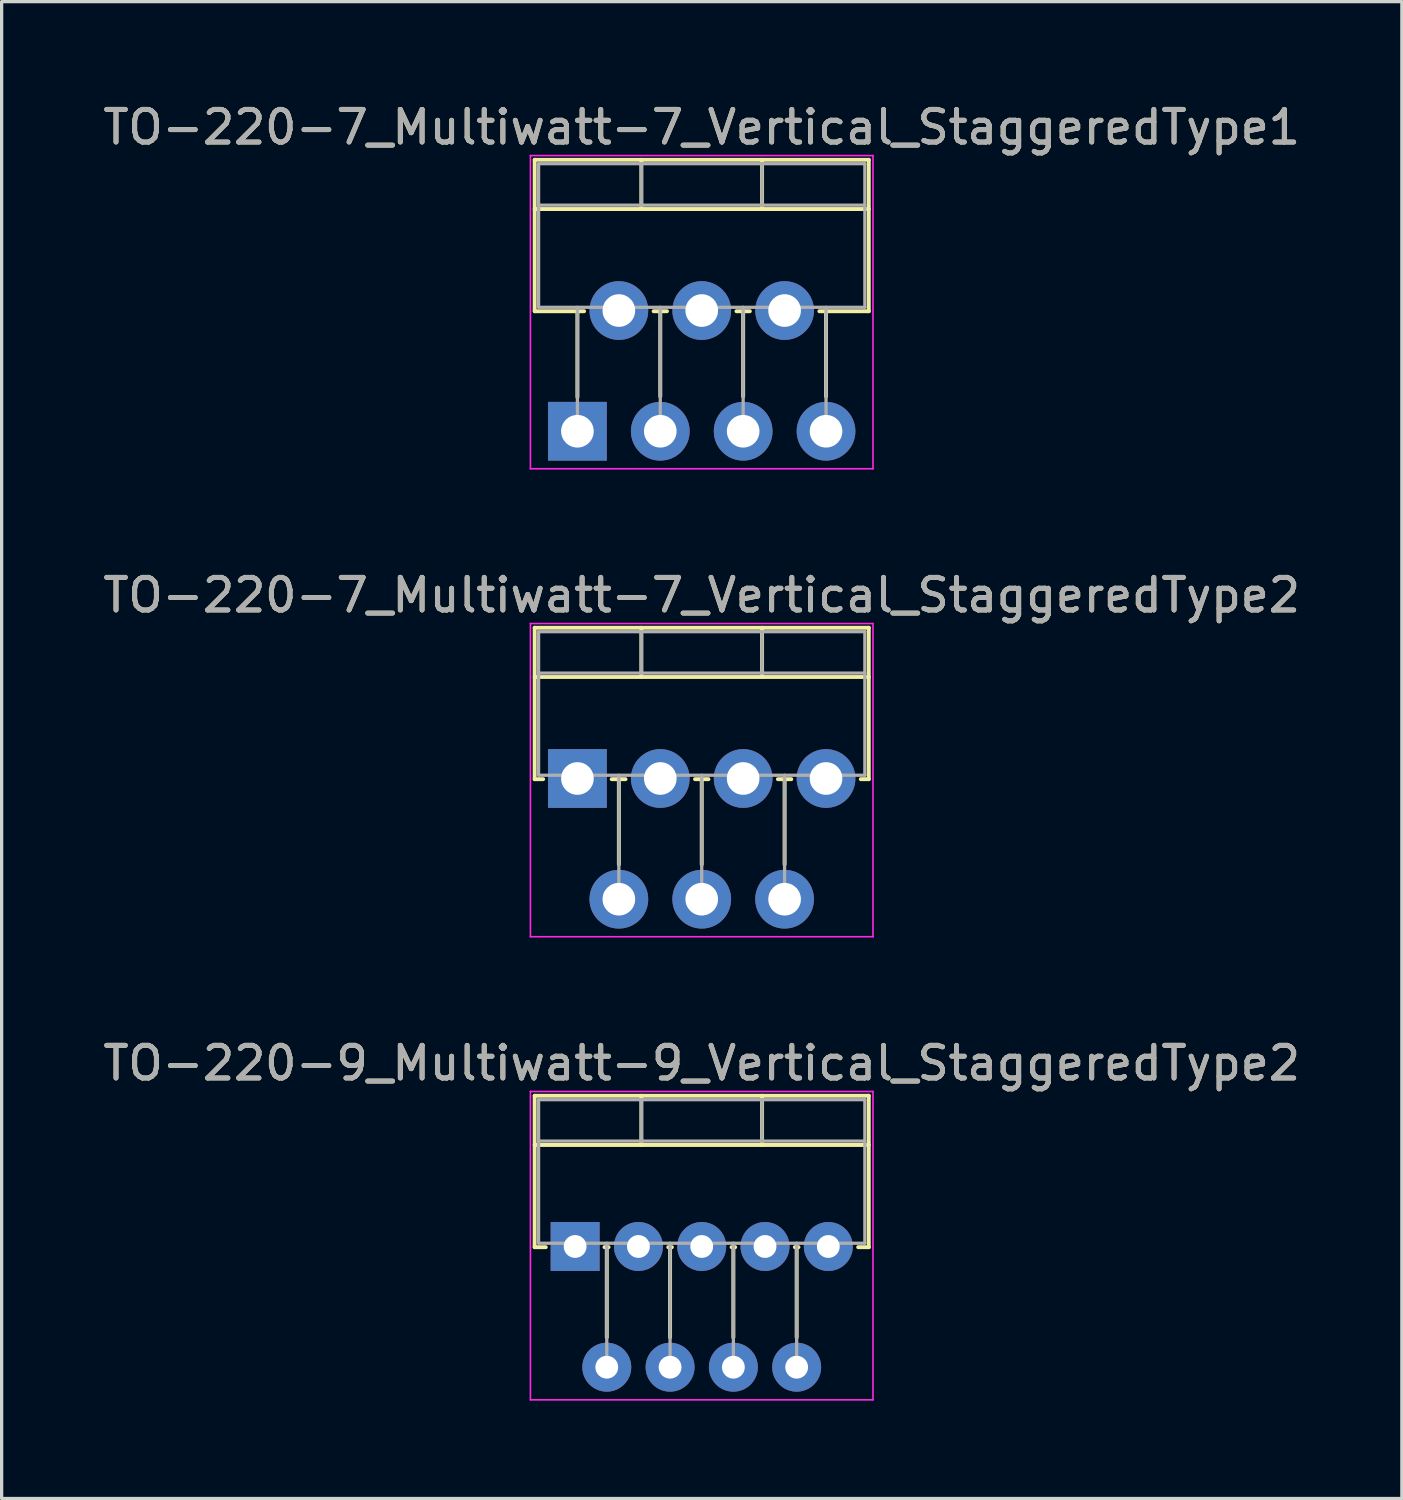
<source format=kicad_pcb>
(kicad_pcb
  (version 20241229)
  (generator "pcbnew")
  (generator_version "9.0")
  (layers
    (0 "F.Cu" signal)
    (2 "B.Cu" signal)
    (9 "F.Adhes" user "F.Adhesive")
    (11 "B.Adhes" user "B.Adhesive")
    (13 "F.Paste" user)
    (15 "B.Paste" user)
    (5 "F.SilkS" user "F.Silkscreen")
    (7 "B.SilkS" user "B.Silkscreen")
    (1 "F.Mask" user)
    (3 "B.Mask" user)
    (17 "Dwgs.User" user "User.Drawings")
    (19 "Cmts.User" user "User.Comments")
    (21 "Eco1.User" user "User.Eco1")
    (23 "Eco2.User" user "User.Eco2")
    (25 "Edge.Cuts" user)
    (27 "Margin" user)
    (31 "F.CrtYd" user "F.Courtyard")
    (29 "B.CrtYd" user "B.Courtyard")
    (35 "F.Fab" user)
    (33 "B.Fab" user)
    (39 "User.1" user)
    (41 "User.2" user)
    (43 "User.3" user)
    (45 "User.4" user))
  (footprint "TO-220-7_Multiwatt-7_Vertical_StaggeredType1"
    (layer "F.Cu")
    (at 14.648 10.168)
    (property "Reference" "TO-220-7_Multiwatt-7_Vertical_StaggeredType1" (at 3.81 -9.32 0) (layer "F.SilkS") (effects (font (size 1 1) (thickness 0.15))))
    (attr through_hole)
    (fp_line (start -1.31 -8.32) (end -1.31 -3.679) (stroke (width 0.12) (type solid)) (layer "F.SilkS"))
    (fp_line (start -1.31 -8.32) (end 8.93 -8.32) (stroke (width 0.12) (type solid)) (layer "F.SilkS"))
    (fp_line (start -1.31 -6.811) (end 8.93 -6.811) (stroke (width 0.12) (type solid)) (layer "F.SilkS"))
    (fp_line (start -1.31 -3.679) (end 0.205 -3.679) (stroke (width 0.12) (type solid)) (layer "F.SilkS"))
    (fp_line (start 0 -3.679) (end 0 -1.049) (stroke (width 0.12) (type solid)) (layer "F.SilkS"))
    (fp_line (start 1.96 -8.32) (end 1.96 -6.811) (stroke (width 0.12) (type solid)) (layer "F.SilkS"))
    (fp_line (start 2.336 -3.679) (end 2.745 -3.679) (stroke (width 0.12) (type solid)) (layer "F.SilkS"))
    (fp_line (start 2.54 -3.679) (end 2.54 -1.065) (stroke (width 0.12) (type solid)) (layer "F.SilkS"))
    (fp_line (start 4.875 -3.679) (end 5.285 -3.679) (stroke (width 0.12) (type solid)) (layer "F.SilkS"))
    (fp_line (start 5.08 -3.679) (end 5.08 -1.065) (stroke (width 0.12) (type solid)) (layer "F.SilkS"))
    (fp_line (start 5.66 -8.32) (end 5.66 -6.811) (stroke (width 0.12) (type solid)) (layer "F.SilkS"))
    (fp_line (start 7.415 -3.679) (end 8.93 -3.679) (stroke (width 0.12) (type solid)) (layer "F.SilkS"))
    (fp_line (start 7.62 -3.679) (end 7.62 -1.065) (stroke (width 0.12) (type solid)) (layer "F.SilkS"))
    (fp_line (start 8.93 -8.32) (end 8.93 -3.679) (stroke (width 0.12) (type solid)) (layer "F.SilkS"))
    (fp_line (start -1.44 -8.45) (end -1.44 1.15) (stroke (width 0.05) (type solid)) (layer "F.CrtYd"))
    (fp_line (start -1.44 1.15) (end 9.06 1.15) (stroke (width 0.05) (type solid)) (layer "F.CrtYd"))
    (fp_line (start 9.06 -8.45) (end -1.44 -8.45) (stroke (width 0.05) (type solid)) (layer "F.CrtYd"))
    (fp_line (start 9.06 1.15) (end 9.06 -8.45) (stroke (width 0.05) (type solid)) (layer "F.CrtYd"))
    (fp_line (start -1.19 -8.2) (end -1.19 -3.8) (stroke (width 0.1) (type solid)) (layer "F.Fab"))
    (fp_line (start -1.19 -6.93) (end 8.81 -6.93) (stroke (width 0.1) (type solid)) (layer "F.Fab"))
    (fp_line (start -1.19 -3.8) (end 8.81 -3.8) (stroke (width 0.1) (type solid)) (layer "F.Fab"))
    (fp_line (start 0 -3.8) (end 0 0) (stroke (width 0.1) (type solid)) (layer "F.Fab"))
    (fp_line (start 1.27 -3.8) (end 1.27 -3.7) (stroke (width 0.1) (type solid)) (layer "F.Fab"))
    (fp_line (start 1.96 -8.2) (end 1.96 -6.93) (stroke (width 0.1) (type solid)) (layer "F.Fab"))
    (fp_line (start 2.54 -3.8) (end 2.54 0) (stroke (width 0.1) (type solid)) (layer "F.Fab"))
    (fp_line (start 3.81 -3.8) (end 3.81 -3.7) (stroke (width 0.1) (type solid)) (layer "F.Fab"))
    (fp_line (start 5.08 -3.8) (end 5.08 0) (stroke (width 0.1) (type solid)) (layer "F.Fab"))
    (fp_line (start 5.66 -8.2) (end 5.66 -6.93) (stroke (width 0.1) (type solid)) (layer "F.Fab"))
    (fp_line (start 6.35 -3.8) (end 6.35 -3.7) (stroke (width 0.1) (type solid)) (layer "F.Fab"))
    (fp_line (start 7.62 -3.8) (end 7.62 0) (stroke (width 0.1) (type solid)) (layer "F.Fab"))
    (fp_line (start 8.81 -8.2) (end -1.19 -8.2) (stroke (width 0.1) (type solid)) (layer "F.Fab"))
    (fp_line (start 8.81 -3.8) (end 8.81 -8.2) (stroke (width 0.1) (type solid)) (layer "F.Fab"))
    (fp_text user "${REFERENCE}" (at 3.81 -9.32 0) (layer "F.Fab") (effects (font (size 1 1) (thickness 0.15))))
    (pad "1" thru_hole rect (at 0 0) (size 1.8 1.8) (drill 1) (layers "*.Cu" "*.Mask"))
    (pad "2" thru_hole oval (at 1.27 -3.7) (size 1.8 1.8) (drill 1) (layers "*.Cu" "*.Mask"))
    (pad "3" thru_hole oval (at 2.54 0) (size 1.8 1.8) (drill 1) (layers "*.Cu" "*.Mask"))
    (pad "4" thru_hole oval (at 3.81 -3.7) (size 1.8 1.8) (drill 1) (layers "*.Cu" "*.Mask"))
    (pad "5" thru_hole oval (at 5.08 0) (size 1.8 1.8) (drill 1) (layers "*.Cu" "*.Mask"))
    (pad "6" thru_hole oval (at 6.35 -3.7) (size 1.8 1.8) (drill 1) (layers "*.Cu" "*.Mask"))
    (pad "7" thru_hole oval (at 7.62 0) (size 1.8 1.8) (drill 1) (layers "*.Cu" "*.Mask")))
  (footprint "TO-220-7_Multiwatt-7_Vertical_StaggeredType2"
    (layer "F.Cu")
    (at 14.648 20.811)
    (property "Reference" "TO-220-7_Multiwatt-7_Vertical_StaggeredType2" (at 3.81 -5.62 0) (layer "F.SilkS") (effects (font (size 1 1) (thickness 0.15))))
    (attr through_hole)
    (fp_line (start -1.31 -4.62) (end -1.31 0.021) (stroke (width 0.12) (type solid)) (layer "F.SilkS"))
    (fp_line (start -1.31 -4.62) (end 8.93 -4.62) (stroke (width 0.12) (type solid)) (layer "F.SilkS"))
    (fp_line (start -1.31 -3.111) (end 8.93 -3.111) (stroke (width 0.12) (type solid)) (layer "F.SilkS"))
    (fp_line (start -1.31 0.021) (end -1.05 0.021) (stroke (width 0.12) (type solid)) (layer "F.SilkS"))
    (fp_line (start 1.05 0.021) (end 1.475 0.021) (stroke (width 0.12) (type solid)) (layer "F.SilkS"))
    (fp_line (start 1.27 0.021) (end 1.27 2.635) (stroke (width 0.12) (type solid)) (layer "F.SilkS"))
    (fp_line (start 1.96 -4.62) (end 1.96 -3.111) (stroke (width 0.12) (type solid)) (layer "F.SilkS"))
    (fp_line (start 3.605 0.021) (end 4.016 0.021) (stroke (width 0.12) (type solid)) (layer "F.SilkS"))
    (fp_line (start 3.81 0.021) (end 3.81 2.635) (stroke (width 0.12) (type solid)) (layer "F.SilkS"))
    (fp_line (start 5.66 -4.62) (end 5.66 -3.111) (stroke (width 0.12) (type solid)) (layer "F.SilkS"))
    (fp_line (start 6.145 0.021) (end 6.555 0.021) (stroke (width 0.12) (type solid)) (layer "F.SilkS"))
    (fp_line (start 6.35 0.021) (end 6.35 2.635) (stroke (width 0.12) (type solid)) (layer "F.SilkS"))
    (fp_line (start 8.685 0.021) (end 8.93 0.021) (stroke (width 0.12) (type solid)) (layer "F.SilkS"))
    (fp_line (start 8.93 -4.62) (end 8.93 0.021) (stroke (width 0.12) (type solid)) (layer "F.SilkS"))
    (fp_line (start -1.44 -4.75) (end -1.44 4.85) (stroke (width 0.05) (type solid)) (layer "F.CrtYd"))
    (fp_line (start -1.44 4.85) (end 9.06 4.85) (stroke (width 0.05) (type solid)) (layer "F.CrtYd"))
    (fp_line (start 9.06 -4.75) (end -1.44 -4.75) (stroke (width 0.05) (type solid)) (layer "F.CrtYd"))
    (fp_line (start 9.06 4.85) (end 9.06 -4.75) (stroke (width 0.05) (type solid)) (layer "F.CrtYd"))
    (fp_line (start -1.19 -4.5) (end -1.19 -0.1) (stroke (width 0.1) (type solid)) (layer "F.Fab"))
    (fp_line (start -1.19 -3.23) (end 8.81 -3.23) (stroke (width 0.1) (type solid)) (layer "F.Fab"))
    (fp_line (start -1.19 -0.1) (end 8.81 -0.1) (stroke (width 0.1) (type solid)) (layer "F.Fab"))
    (fp_line (start 0 -0.1) (end 0 0) (stroke (width 0.1) (type solid)) (layer "F.Fab"))
    (fp_line (start 1.27 -0.1) (end 1.27 3.7) (stroke (width 0.1) (type solid)) (layer "F.Fab"))
    (fp_line (start 1.96 -4.5) (end 1.96 -3.23) (stroke (width 0.1) (type solid)) (layer "F.Fab"))
    (fp_line (start 2.54 -0.1) (end 2.54 0) (stroke (width 0.1) (type solid)) (layer "F.Fab"))
    (fp_line (start 3.81 -0.1) (end 3.81 3.7) (stroke (width 0.1) (type solid)) (layer "F.Fab"))
    (fp_line (start 5.08 -0.1) (end 5.08 0) (stroke (width 0.1) (type solid)) (layer "F.Fab"))
    (fp_line (start 5.66 -4.5) (end 5.66 -3.23) (stroke (width 0.1) (type solid)) (layer "F.Fab"))
    (fp_line (start 6.35 -0.1) (end 6.35 3.7) (stroke (width 0.1) (type solid)) (layer "F.Fab"))
    (fp_line (start 7.62 -0.1) (end 7.62 0) (stroke (width 0.1) (type solid)) (layer "F.Fab"))
    (fp_line (start 8.81 -4.5) (end -1.19 -4.5) (stroke (width 0.1) (type solid)) (layer "F.Fab"))
    (fp_line (start 8.81 -0.1) (end 8.81 -4.5) (stroke (width 0.1) (type solid)) (layer "F.Fab"))
    (fp_text user "${REFERENCE}" (at 3.81 -5.62 0) (layer "F.Fab") (effects (font (size 1 1) (thickness 0.15))))
    (pad "1" thru_hole rect (at 0 0) (size 1.8 1.8) (drill 1) (layers "*.Cu" "*.Mask"))
    (pad "2" thru_hole oval (at 1.27 3.7) (size 1.8 1.8) (drill 1) (layers "*.Cu" "*.Mask"))
    (pad "3" thru_hole oval (at 2.54 0) (size 1.8 1.8) (drill 1) (layers "*.Cu" "*.Mask"))
    (pad "4" thru_hole oval (at 3.81 3.7) (size 1.8 1.8) (drill 1) (layers "*.Cu" "*.Mask"))
    (pad "5" thru_hole oval (at 5.08 0) (size 1.8 1.8) (drill 1) (layers "*.Cu" "*.Mask"))
    (pad "6" thru_hole oval (at 6.35 3.7) (size 1.8 1.8) (drill 1) (layers "*.Cu" "*.Mask"))
    (pad "7" thru_hole oval (at 7.62 0) (size 1.8 1.8) (drill 1) (layers "*.Cu" "*.Mask")))
  (footprint "TO-220-9_Multiwatt-9_Vertical_StaggeredType2"
    (layer "F.Cu")
    (at 14.578 35.155)
    (property "Reference" "TO-220-9_Multiwatt-9_Vertical_StaggeredType2" (at 3.88 -5.62 0) (layer "F.SilkS") (effects (font (size 1 1) (thickness 0.15))))
    (attr through_hole)
    (fp_line (start -1.241 -4.62) (end -1.241 0.021) (stroke (width 0.12) (type solid)) (layer "F.SilkS"))
    (fp_line (start -1.241 -4.62) (end 9 -4.62) (stroke (width 0.12) (type solid)) (layer "F.SilkS"))
    (fp_line (start -1.241 -3.111) (end 9 -3.111) (stroke (width 0.12) (type solid)) (layer "F.SilkS"))
    (fp_line (start -1.241 0.021) (end -0.9 0.021) (stroke (width 0.12) (type solid)) (layer "F.SilkS"))
    (fp_line (start 0.9 0.021) (end 1.025 0.021) (stroke (width 0.12) (type solid)) (layer "F.SilkS"))
    (fp_line (start 0.97 0.021) (end 0.97 2.785) (stroke (width 0.12) (type solid)) (layer "F.SilkS"))
    (fp_line (start 2.03 -4.62) (end 2.03 -3.111) (stroke (width 0.12) (type solid)) (layer "F.SilkS"))
    (fp_line (start 2.855 0.021) (end 2.965 0.021) (stroke (width 0.12) (type solid)) (layer "F.SilkS"))
    (fp_line (start 2.91 0.021) (end 2.91 2.785) (stroke (width 0.12) (type solid)) (layer "F.SilkS"))
    (fp_line (start 4.795 0.021) (end 4.905 0.021) (stroke (width 0.12) (type solid)) (layer "F.SilkS"))
    (fp_line (start 4.85 0.021) (end 4.85 2.785) (stroke (width 0.12) (type solid)) (layer "F.SilkS"))
    (fp_line (start 5.73 -4.62) (end 5.73 -3.111) (stroke (width 0.12) (type solid)) (layer "F.SilkS"))
    (fp_line (start 6.735 0.021) (end 6.845 0.021) (stroke (width 0.12) (type solid)) (layer "F.SilkS"))
    (fp_line (start 6.79 0.021) (end 6.79 2.785) (stroke (width 0.12) (type solid)) (layer "F.SilkS"))
    (fp_line (start 8.675 0.021) (end 9 0.021) (stroke (width 0.12) (type solid)) (layer "F.SilkS"))
    (fp_line (start 9 -4.62) (end 9 0.021) (stroke (width 0.12) (type solid)) (layer "F.SilkS"))
    (fp_line (start -1.37 -4.75) (end -1.37 4.7) (stroke (width 0.05) (type solid)) (layer "F.CrtYd"))
    (fp_line (start -1.37 4.7) (end 9.13 4.7) (stroke (width 0.05) (type solid)) (layer "F.CrtYd"))
    (fp_line (start 9.13 -4.75) (end -1.37 -4.75) (stroke (width 0.05) (type solid)) (layer "F.CrtYd"))
    (fp_line (start 9.13 4.7) (end 9.13 -4.75) (stroke (width 0.05) (type solid)) (layer "F.CrtYd"))
    (fp_line (start -1.12 -4.5) (end -1.12 -0.1) (stroke (width 0.1) (type solid)) (layer "F.Fab"))
    (fp_line (start -1.12 -3.23) (end 8.88 -3.23) (stroke (width 0.1) (type solid)) (layer "F.Fab"))
    (fp_line (start -1.12 -0.1) (end 8.88 -0.1) (stroke (width 0.1) (type solid)) (layer "F.Fab"))
    (fp_line (start 0 -0.1) (end 0 0) (stroke (width 0.1) (type solid)) (layer "F.Fab"))
    (fp_line (start 0.97 -0.1) (end 0.97 3.7) (stroke (width 0.1) (type solid)) (layer "F.Fab"))
    (fp_line (start 1.94 -0.1) (end 1.94 0) (stroke (width 0.1) (type solid)) (layer "F.Fab"))
    (fp_line (start 2.03 -4.5) (end 2.03 -3.23) (stroke (width 0.1) (type solid)) (layer "F.Fab"))
    (fp_line (start 2.91 -0.1) (end 2.91 3.7) (stroke (width 0.1) (type solid)) (layer "F.Fab"))
    (fp_line (start 3.88 -0.1) (end 3.88 0) (stroke (width 0.1) (type solid)) (layer "F.Fab"))
    (fp_line (start 4.85 -0.1) (end 4.85 3.7) (stroke (width 0.1) (type solid)) (layer "F.Fab"))
    (fp_line (start 5.73 -4.5) (end 5.73 -3.23) (stroke (width 0.1) (type solid)) (layer "F.Fab"))
    (fp_line (start 5.82 -0.1) (end 5.82 0) (stroke (width 0.1) (type solid)) (layer "F.Fab"))
    (fp_line (start 6.79 -0.1) (end 6.79 3.7) (stroke (width 0.1) (type solid)) (layer "F.Fab"))
    (fp_line (start 7.76 -0.1) (end 7.76 0) (stroke (width 0.1) (type solid)) (layer "F.Fab"))
    (fp_line (start 8.88 -4.5) (end -1.12 -4.5) (stroke (width 0.1) (type solid)) (layer "F.Fab"))
    (fp_line (start 8.88 -0.1) (end 8.88 -4.5) (stroke (width 0.1) (type solid)) (layer "F.Fab"))
    (fp_text user "${REFERENCE}" (at 3.88 -5.62 0) (layer "F.Fab") (effects (font (size 1 1) (thickness 0.15))))
    (pad "1" thru_hole rect (at 0 0) (size 1.5 1.5) (drill 0.7) (layers "*.Cu" "*.Mask"))
    (pad "2" thru_hole oval (at 0.97 3.7) (size 1.5 1.5) (drill 0.7) (layers "*.Cu" "*.Mask"))
    (pad "3" thru_hole oval (at 1.94 0) (size 1.5 1.5) (drill 0.7) (layers "*.Cu" "*.Mask"))
    (pad "4" thru_hole oval (at 2.91 3.7) (size 1.5 1.5) (drill 0.7) (layers "*.Cu" "*.Mask"))
    (pad "5" thru_hole oval (at 3.88 0) (size 1.5 1.5) (drill 0.7) (layers "*.Cu" "*.Mask"))
    (pad "6" thru_hole oval (at 4.85 3.7) (size 1.5 1.5) (drill 0.7) (layers "*.Cu" "*.Mask"))
    (pad "7" thru_hole oval (at 5.82 0) (size 1.5 1.5) (drill 0.7) (layers "*.Cu" "*.Mask"))
    (pad "8" thru_hole oval (at 6.79 3.7) (size 1.5 1.5) (drill 0.7) (layers "*.Cu" "*.Mask"))
    (pad "9" thru_hole oval (at 7.76 0) (size 1.5 1.5) (drill 0.7) (layers "*.Cu" "*.Mask")))
  (gr_rect
    (start -3 -3)
    (end 39.917 42.88)
    (stroke (width 0.1) (type default))
    (fill no)
    (layer "Edge.Cuts")))
</source>
